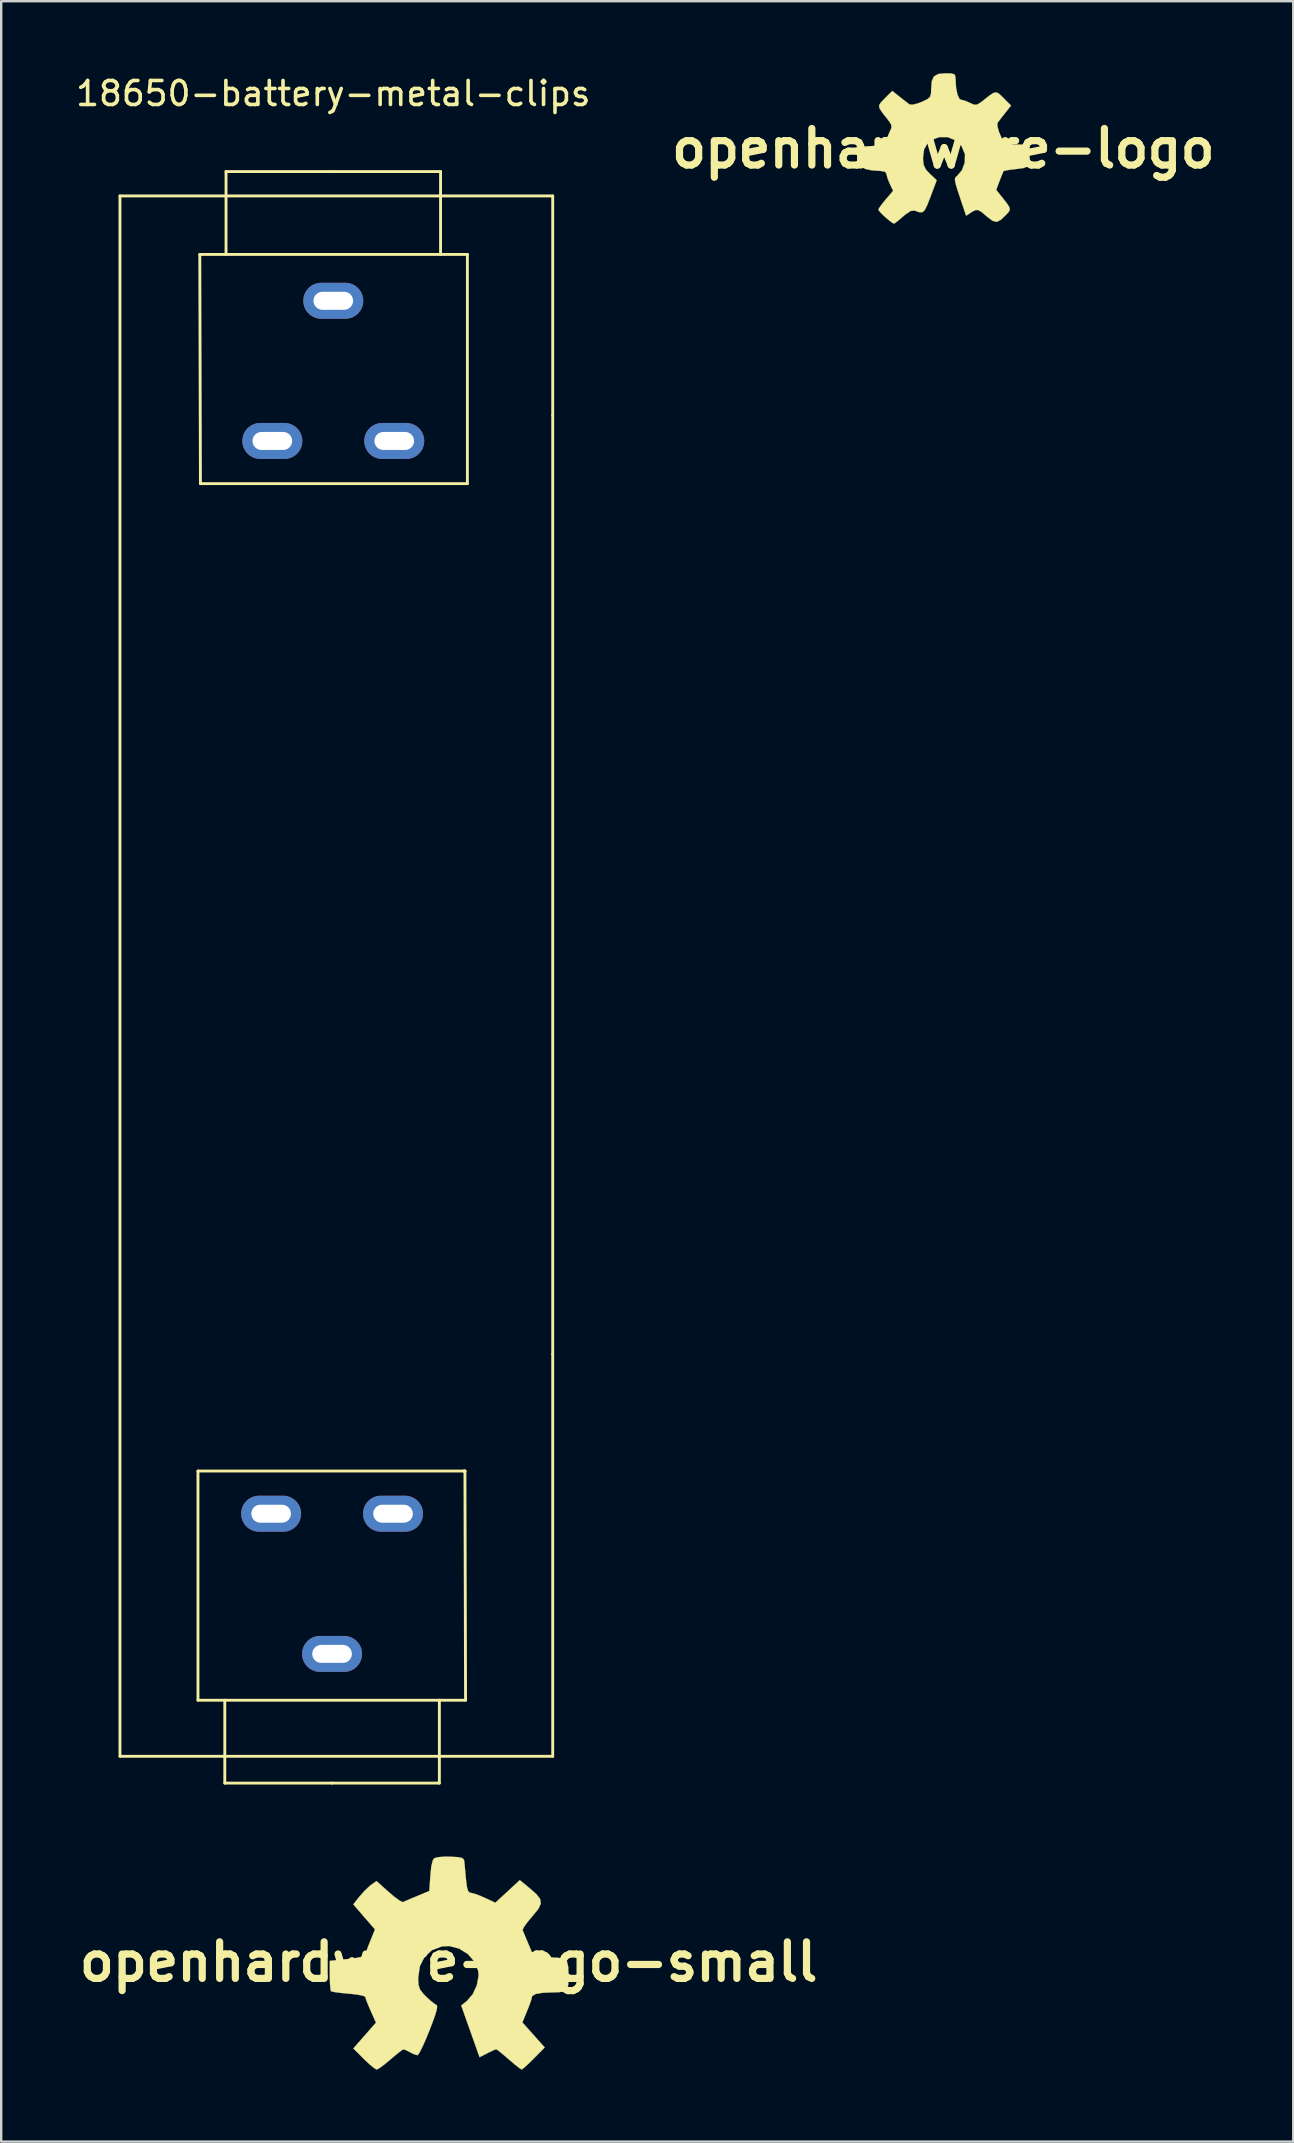
<source format=kicad_pcb>
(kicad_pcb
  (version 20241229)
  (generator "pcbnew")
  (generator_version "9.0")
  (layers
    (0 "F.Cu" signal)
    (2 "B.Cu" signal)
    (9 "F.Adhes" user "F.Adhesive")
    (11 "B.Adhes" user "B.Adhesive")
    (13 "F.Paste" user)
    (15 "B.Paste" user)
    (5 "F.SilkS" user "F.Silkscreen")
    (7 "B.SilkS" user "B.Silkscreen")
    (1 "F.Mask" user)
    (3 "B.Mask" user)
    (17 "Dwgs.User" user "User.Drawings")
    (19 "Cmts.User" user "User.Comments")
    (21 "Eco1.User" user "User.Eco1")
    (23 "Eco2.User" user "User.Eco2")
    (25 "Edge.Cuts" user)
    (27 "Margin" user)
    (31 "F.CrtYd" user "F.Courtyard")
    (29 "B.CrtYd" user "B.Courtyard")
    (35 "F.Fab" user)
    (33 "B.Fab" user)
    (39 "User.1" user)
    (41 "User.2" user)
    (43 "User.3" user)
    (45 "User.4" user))
  (footprint "openhardware-logo-small"
    (layer "F.Cu")
    (at 15.646 78.705)
    (property "Reference" "openhardware-logo-small" (at 0 0 0) (layer "F.SilkS") (effects (font (size 1.524 1.524) (thickness 0.3))))
    (attr through_hole)
    (fp_poly (pts (xy 0.085 -4.382) (xy 0.385 -4.364) (xy 0.555 -4.33) (xy 0.631 -4.269) (xy 0.652 -4.191) (xy 0.668 -4.022) (xy 0.694 -3.746) (xy 0.722 -3.45) (xy 0.76 -3.135) (xy 0.807 -2.958) (xy 0.875 -2.885) (xy 0.917 -2.878) (xy 1.068 -2.843) (xy 1.31 -2.754) (xy 1.502 -2.67) (xy 1.947 -2.464) (xy 2.965 -3.406) (xy 3.352 -3.089) (xy 3.651 -2.827) (xy 3.812 -2.62) (xy 3.841 -2.428) (xy 3.742 -2.212) (xy 3.518 -1.933) (xy 3.481 -1.891) (xy 3.279 -1.649) (xy 3.137 -1.448) (xy 3.082 -1.327) (xy 3.084 -1.315) (xy 3.135 -1.196) (xy 3.229 -0.971) (xy 3.335 -0.72) (xy 3.547 -0.212) (xy 4.22 -0.187) (xy 4.583 -0.167) (xy 4.81 -0.118) (xy 4.933 -0.005) (xy 4.983 0.205) (xy 4.994 0.543) (xy 4.994 0.607) (xy 4.985 0.939) (xy 4.934 1.136) (xy 4.807 1.235) (xy 4.573 1.268) (xy 4.372 1.271) (xy 3.916 1.289) (xy 3.62 1.341) (xy 3.482 1.427) (xy 3.469 1.47) (xy 3.438 1.595) (xy 3.358 1.822) (xy 3.27 2.045) (xy 3.073 2.524) (xy 3.539 3.046) (xy 4.004 3.568) (xy 3.55 4.028) (xy 3.327 4.247) (xy 3.149 4.409) (xy 3.05 4.485) (xy 3.043 4.487) (xy 2.958 4.435) (xy 2.782 4.298) (xy 2.551 4.103) (xy 2.506 4.064) (xy 2.27 3.862) (xy 2.086 3.712) (xy 1.987 3.643) (xy 1.981 3.641) (xy 1.888 3.676) (xy 1.7 3.764) (xy 1.614 3.807) (xy 1.288 3.974) (xy 0.524 1.82) (xy 0.763 1.629) (xy 1.004 1.348) (xy 1.174 0.978) (xy 1.247 0.59) (xy 1.234 0.383) (xy 1.081 -0.004) (xy 0.803 -0.324) (xy 0.439 -0.551) (xy 0.029 -0.658) (xy -0.28 -0.644) (xy -0.694 -0.488) (xy -1.005 -0.207) (xy -1.201 0.187) (xy -1.27 0.675) (xy -1.27 0.683) (xy -1.256 0.961) (xy -1.192 1.154) (xy -1.044 1.343) (xy -0.953 1.436) (xy -0.75 1.623) (xy -0.58 1.755) (xy -0.516 1.79) (xy -0.479 1.841) (xy -0.49 1.969) (xy -0.554 2.194) (xy -0.677 2.539) (xy -0.801 2.862) (xy -0.958 3.246) (xy -1.102 3.564) (xy -1.218 3.789) (xy -1.293 3.889) (xy -1.301 3.892) (xy -1.44 3.85) (xy -1.609 3.768) (xy -1.781 3.679) (xy -1.879 3.644) (xy -1.966 3.694) (xy -2.144 3.831) (xy -2.377 4.025) (xy -2.421 4.064) (xy -2.665 4.267) (xy -2.867 4.417) (xy -2.989 4.486) (xy -2.999 4.487) (xy -3.101 4.431) (xy -3.282 4.283) (xy -3.506 4.074) (xy -3.532 4.048) (xy -3.971 3.608) (xy -3.5 3.071) (xy -3.028 2.533) (xy -3.25 2.039) (xy -3.365 1.77) (xy -3.445 1.56) (xy -3.471 1.462) (xy -3.549 1.418) (xy -3.757 1.374) (xy -4.054 1.336) (xy -4.161 1.327) (xy -4.487 1.296) (xy -4.743 1.262) (xy -4.887 1.23) (xy -4.902 1.222) (xy -4.927 1.118) (xy -4.945 0.892) (xy -4.953 0.591) (xy -4.953 0.565) (xy -4.953 -0.042) (xy -4.212 -0.116) (xy -3.843 -0.163) (xy -3.589 -0.217) (xy -3.474 -0.273) (xy -3.469 -0.285) (xy -3.438 -0.41) (xy -3.358 -0.637) (xy -3.268 -0.865) (xy -3.069 -1.349) (xy -3.522 -1.872) (xy -3.974 -2.395) (xy -3.717 -2.72) (xy -3.511 -2.953) (xy -3.299 -3.154) (xy -3.233 -3.206) (xy -3.006 -3.367) (xy -2.498 -2.911) (xy -2.252 -2.703) (xy -2.048 -2.555) (xy -1.922 -2.491) (xy -1.905 -2.492) (xy -1.787 -2.543) (xy -1.564 -2.637) (xy -1.312 -2.742) (xy -0.804 -2.954) (xy -0.762 -3.597) (xy -0.721 -3.993) (xy -0.658 -4.234) (xy -0.593 -4.322) (xy -0.446 -4.361) (xy -0.189 -4.383) (xy 0.085 -4.382)) (stroke (width 0.01) (type solid)) (fill yes) (layer "F.SilkS")))
  (footprint "18650-battery-metal-clips"
    (layer "F.Cu")
    (at 10.839 3.845)
    (property "Reference" "18650-battery-metal-clips" (at 0 -2.997 0) (layer "F.SilkS") (effects (font (size 1 1) (thickness 0.15))))
    (attr through_hole)
    (fp_line (start -8.89 1.27) (end -8.89 66.294) (stroke (width 0.12) (type solid)) (layer "F.SilkS"))
    (fp_line (start -8.89 66.294) (end 9.144 66.294) (stroke (width 0.12) (type solid)) (layer "F.SilkS"))
    (fp_line (start -5.639 54.407) (end -5.639 63.957) (stroke (width 0.12) (type solid)) (layer "F.SilkS"))
    (fp_line (start -5.639 63.957) (end 5.512 63.957) (stroke (width 0.12) (type solid)) (layer "F.SilkS"))
    (fp_line (start -5.563 3.708) (end -5.537 13.259) (stroke (width 0.12) (type solid)) (layer "F.SilkS"))
    (fp_line (start -5.537 13.259) (end 5.588 13.259) (stroke (width 0.12) (type solid)) (layer "F.SilkS"))
    (fp_line (start -4.521 67.412) (end -4.521 63.957) (stroke (width 0.12) (type solid)) (layer "F.SilkS"))
    (fp_line (start -4.47 0.254) (end -4.47 3.708) (stroke (width 0.12) (type solid)) (layer "F.SilkS"))
    (fp_line (start -0.051 67.412) (end -4.521 67.412) (stroke (width 0.12) (type solid)) (layer "F.SilkS"))
    (fp_line (start -0.051 67.412) (end 4.42 67.412) (stroke (width 0.12) (type solid)) (layer "F.SilkS"))
    (fp_line (start 0 0.254) (end -4.47 0.254) (stroke (width 0.12) (type solid)) (layer "F.SilkS"))
    (fp_line (start 0 0.254) (end 4.47 0.254) (stroke (width 0.12) (type solid)) (layer "F.SilkS"))
    (fp_line (start 4.42 67.412) (end 4.42 63.957) (stroke (width 0.12) (type solid)) (layer "F.SilkS"))
    (fp_line (start 4.47 0.254) (end 4.47 3.708) (stroke (width 0.12) (type solid)) (layer "F.SilkS"))
    (fp_line (start 5.436 54.407) (end 5.486 54.407) (stroke (width 0.12) (type solid)) (layer "F.SilkS"))
    (fp_line (start 5.486 54.407) (end -5.639 54.407) (stroke (width 0.12) (type solid)) (layer "F.SilkS"))
    (fp_line (start 5.512 63.957) (end 5.486 54.407) (stroke (width 0.12) (type solid)) (layer "F.SilkS"))
    (fp_line (start 5.588 3.708) (end -5.563 3.708) (stroke (width 0.12) (type solid)) (layer "F.SilkS"))
    (fp_line (start 5.588 13.259) (end 5.588 3.708) (stroke (width 0.12) (type solid)) (layer "F.SilkS"))
    (fp_line (start 9.144 1.27) (end -8.89 1.27) (stroke (width 0.12) (type solid)) (layer "F.SilkS"))
    (fp_line (start 9.144 10.414) (end 9.144 1.27) (stroke (width 0.12) (type solid)) (layer "F.SilkS"))
    (fp_line (start 9.144 10.414) (end 9.144 49.53) (stroke (width 0.12) (type solid)) (layer "F.SilkS"))
    (fp_line (start 9.144 66.294) (end 9.144 49.53) (stroke (width 0.12) (type solid)) (layer "F.SilkS"))
    (pad "1" thru_hole oval (at -2.54 11.481) (size 2.5 1.5) (drill oval 1.65 0.75) (layers "*.Cu" "*.Mask"))
    (pad "1" thru_hole oval (at 0 5.639) (size 2.5 1.5) (drill oval 1.65 0.75) (layers "*.Cu" "*.Mask"))
    (pad "1" thru_hole oval (at 2.54 11.481) (size 2.5 1.5) (drill oval 1.65 0.75) (layers "*.Cu" "*.Mask"))
    (pad "2" thru_hole oval (at -2.591 56.185 180) (size 2.5 1.5) (drill oval 1.65 0.75) (layers "*.Cu" "*.Mask"))
    (pad "2" thru_hole oval (at -0.051 62.027 180) (size 2.5 1.5) (drill oval 1.65 0.75) (layers "*.Cu" "*.Mask"))
    (pad "2" thru_hole oval (at 2.489 56.185 180) (size 2.5 1.5) (drill oval 1.65 0.75) (layers "*.Cu" "*.Mask")))
  (footprint "openhardware-logo"
    (layer "F.Cu")
    (at 36.261 3.138)
    (property "Reference" "openhardware-logo" (at 0 0 0) (layer "F.SilkS") (effects (font (size 1.524 1.524) (thickness 0.3))))
    (attr through_hole)
    (fp_poly (pts (xy 0.337 -3.126) (xy 0.462 -3.091) (xy 0.504 -3.003) (xy 0.509 -2.9) (xy 0.53 -2.546) (xy 0.586 -2.26) (xy 0.665 -2.078) (xy 0.735 -2.032) (xy 0.89 -1.995) (xy 1.1 -1.905) (xy 1.111 -1.9) (xy 1.278 -1.825) (xy 1.403 -1.827) (xy 1.555 -1.918) (xy 1.667 -2.005) (xy 1.929 -2.212) (xy 2.099 -2.321) (xy 2.221 -2.338) (xy 2.338 -2.269) (xy 2.495 -2.117) (xy 2.511 -2.1) (xy 2.822 -1.789) (xy 2.575 -1.478) (xy 2.412 -1.27) (xy 2.289 -1.11) (xy 2.259 -1.07) (xy 2.251 -0.939) (xy 2.312 -0.712) (xy 2.369 -0.572) (xy 2.548 -0.169) (xy 3.008 -0.169) (xy 3.277 -0.162) (xy 3.424 -0.126) (xy 3.494 -0.044) (xy 3.518 0.031) (xy 3.546 0.259) (xy 3.541 0.517) (xy 3.518 0.679) (xy 3.459 0.77) (xy 3.321 0.819) (xy 3.063 0.853) (xy 3.024 0.857) (xy 2.757 0.89) (xy 2.569 0.923) (xy 2.51 0.942) (xy 2.469 1.033) (xy 2.391 1.228) (xy 2.345 1.348) (xy 2.203 1.723) (xy 2.435 2.014) (xy 2.638 2.271) (xy 2.747 2.435) (xy 2.772 2.546) (xy 2.724 2.643) (xy 2.622 2.756) (xy 2.398 2.972) (xy 2.225 3.058) (xy 2.054 3.016) (xy 1.835 2.852) (xy 1.814 2.833) (xy 1.594 2.648) (xy 1.449 2.564) (xy 1.329 2.569) (xy 1.182 2.649) (xy 1.149 2.671) (xy 0.949 2.802) (xy 0.687 2.022) (xy 0.569 1.662) (xy 0.502 1.428) (xy 0.482 1.286) (xy 0.505 1.202) (xy 0.568 1.143) (xy 0.582 1.132) (xy 0.775 0.907) (xy 0.89 0.591) (xy 0.902 0.256) (xy 0.897 0.227) (xy 0.758 -0.104) (xy 0.506 -0.343) (xy 0.183 -0.472) (xy -0.172 -0.472) (xy -0.408 -0.389) (xy -0.663 -0.208) (xy -0.801 0.034) (xy -0.846 0.381) (xy -0.847 0.429) (xy -0.821 0.687) (xy -0.72 0.886) (xy -0.561 1.054) (xy -0.276 1.323) (xy -0.539 2.021) (xy -0.672 2.36) (xy -0.773 2.564) (xy -0.872 2.656) (xy -0.996 2.659) (xy -1.171 2.597) (xy -1.199 2.586) (xy -1.359 2.602) (xy -1.593 2.759) (xy -1.675 2.83) (xy -1.871 2.999) (xy -2.015 3.109) (xy -2.06 3.133) (xy -2.148 3.082) (xy -2.314 2.952) (xy -2.41 2.87) (xy -2.587 2.703) (xy -2.694 2.578) (xy -2.709 2.546) (xy -2.658 2.454) (xy -2.527 2.278) (xy -2.401 2.125) (xy -2.092 1.764) (xy -2.231 1.472) (xy -2.323 1.248) (xy -2.369 1.075) (xy -2.371 1.055) (xy -2.431 0.968) (xy -2.628 0.933) (xy -2.704 0.931) (xy -2.984 0.91) (xy -3.23 0.857) (xy -3.254 0.849) (xy -3.385 0.78) (xy -3.449 0.667) (xy -3.47 0.459) (xy -3.471 0.341) (xy -3.465 0.089) (xy -3.431 -0.037) (xy -3.345 -0.081) (xy -3.239 -0.086) (xy -2.885 -0.107) (xy -2.599 -0.162) (xy -2.417 -0.241) (xy -2.371 -0.312) (xy -2.334 -0.466) (xy -2.244 -0.676) (xy -2.238 -0.688) (xy -2.164 -0.854) (xy -2.166 -0.98) (xy -2.257 -1.131) (xy -2.344 -1.243) (xy -2.55 -1.505) (xy -2.66 -1.675) (xy -2.677 -1.797) (xy -2.607 -1.915) (xy -2.456 -2.071) (xy -2.439 -2.088) (xy -2.128 -2.399) (xy -1.816 -2.152) (xy -1.609 -1.989) (xy -1.448 -1.865) (xy -1.409 -1.835) (xy -1.276 -1.825) (xy -1.046 -1.885) (xy -0.91 -1.938) (xy -0.674 -2.048) (xy -0.555 -2.149) (xy -0.513 -2.291) (xy -0.508 -2.458) (xy -0.483 -2.799) (xy -0.392 -3.005) (xy -0.207 -3.106) (xy 0.088 -3.133) (xy 0.337 -3.126)) (stroke (width 0.01) (type solid)) (fill yes) (layer "F.SilkS")))
  (gr_rect
    (start -3 -3)
    (end 50.843 86.197)
    (stroke (width 0.1) (type default))
    (fill no)
    (layer "Edge.Cuts")))
</source>
